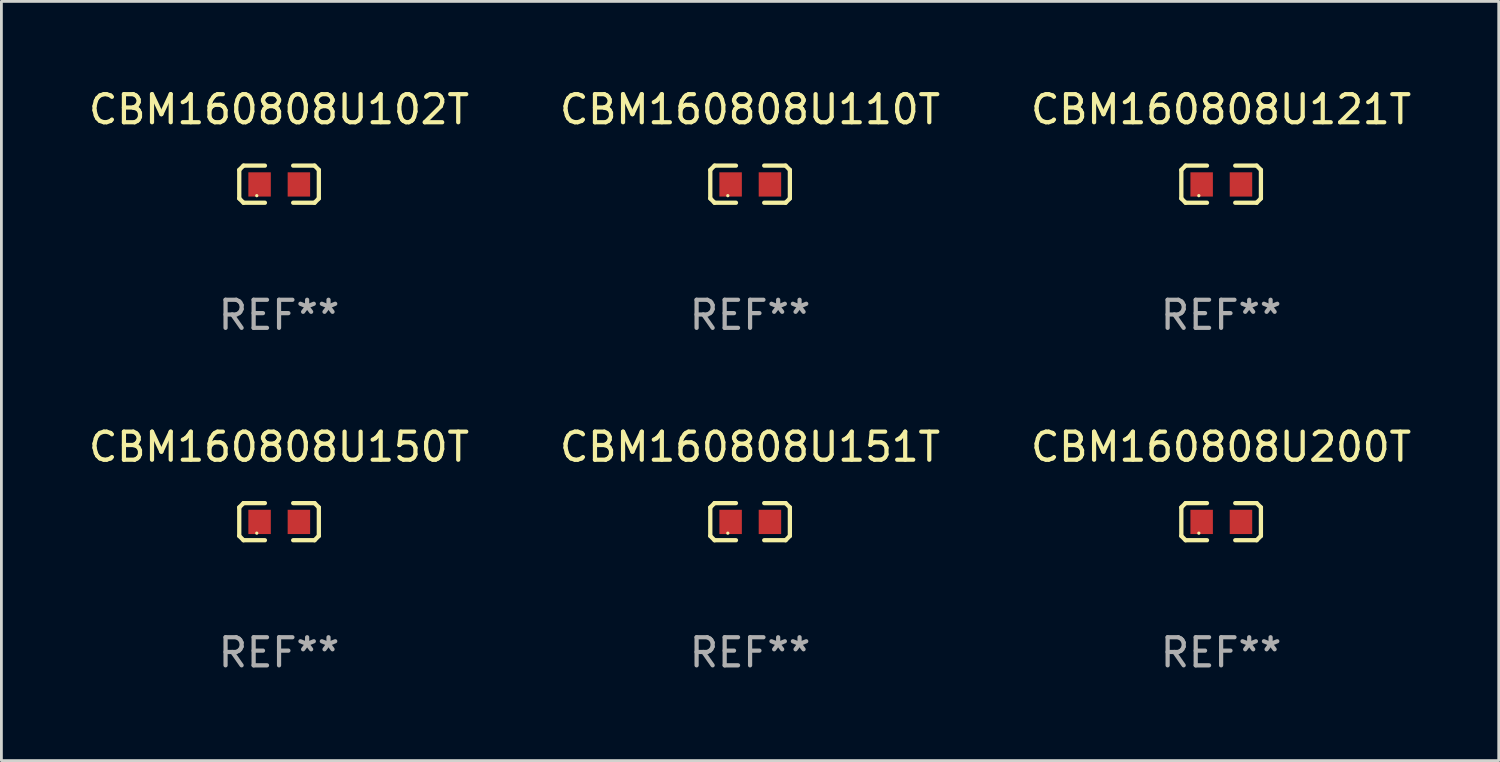
<source format=kicad_pcb>
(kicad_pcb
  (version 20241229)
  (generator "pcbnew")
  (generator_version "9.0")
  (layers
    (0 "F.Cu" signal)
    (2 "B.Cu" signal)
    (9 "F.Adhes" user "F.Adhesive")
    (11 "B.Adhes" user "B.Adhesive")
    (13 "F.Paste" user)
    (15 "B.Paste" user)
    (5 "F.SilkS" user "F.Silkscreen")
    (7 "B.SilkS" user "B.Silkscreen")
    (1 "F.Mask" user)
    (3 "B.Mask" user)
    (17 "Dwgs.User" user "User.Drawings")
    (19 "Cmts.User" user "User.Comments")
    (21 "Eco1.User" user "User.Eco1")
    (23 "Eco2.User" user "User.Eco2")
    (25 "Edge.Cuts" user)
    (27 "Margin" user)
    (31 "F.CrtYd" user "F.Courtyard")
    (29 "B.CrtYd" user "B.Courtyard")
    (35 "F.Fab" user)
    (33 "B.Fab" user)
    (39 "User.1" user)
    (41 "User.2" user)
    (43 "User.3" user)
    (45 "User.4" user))
  (footprint "CBM160808U110T"
    (layer "F.Cu")
    (at 23.661 3.509)
    (property "Reference" "CBM160808U110T" (at 0 -2.661 0) (layer "F.SilkS") (effects (font (size 1 1) (thickness 0.15))))
    (attr through_hole)
    (fp_line (start -1.417 -0.508) (end -1.265 -0.661) (stroke (width 0.152) (type solid)) (layer "F.SilkS"))
    (fp_line (start -1.417 0.508) (end -1.417 -0.508) (stroke (width 0.152) (type solid)) (layer "F.SilkS"))
    (fp_line (start -1.265 -0.661) (end -0.503 -0.661) (stroke (width 0.152) (type solid)) (layer "F.SilkS"))
    (fp_line (start -1.265 0.661) (end -1.417 0.508) (stroke (width 0.152) (type solid)) (layer "F.SilkS"))
    (fp_line (start -1.265 0.661) (end -0.503 0.661) (stroke (width 0.152) (type solid)) (layer "F.SilkS"))
    (fp_line (start 1.265 -0.661) (end 0.503 -0.661) (stroke (width 0.152) (type solid)) (layer "F.SilkS"))
    (fp_line (start 1.265 -0.661) (end 1.417 -0.508) (stroke (width 0.152) (type solid)) (layer "F.SilkS"))
    (fp_line (start 1.265 0.661) (end 0.503 0.661) (stroke (width 0.152) (type solid)) (layer "F.SilkS"))
    (fp_line (start 1.417 -0.508) (end 1.417 0.508) (stroke (width 0.152) (type solid)) (layer "F.SilkS"))
    (fp_line (start 1.417 0.508) (end 1.265 0.661) (stroke (width 0.152) (type solid)) (layer "F.SilkS"))
    (fp_circle (center -0.793 0.409) (end -0.763 0.409) (stroke (width 0.06) (type solid)) (fill no) (layer "F.SilkS"))
    (fp_text user "REF**" (at 0 4.661 0) (layer "F.Fab") (effects (font (size 1 1) (thickness 0.15))))
    (pad "1" smd rect (at -0.693 0.009 180) (size 0.8 0.864) (layers "F.Cu" "F.Mask" "F.Paste"))
    (pad "2" smd rect (at 0.707 0.009 180) (size 0.8 0.864) (layers "F.Cu" "F.Mask" "F.Paste")))
  (footprint "CBM160808U102T"
    (layer "F.Cu")
    (at 6.887 3.509)
    (property "Reference" "CBM160808U102T" (at 0 -2.661 0) (layer "F.SilkS") (effects (font (size 1 1) (thickness 0.15))))
    (attr through_hole)
    (fp_line (start -1.417 -0.508) (end -1.265 -0.661) (stroke (width 0.152) (type solid)) (layer "F.SilkS"))
    (fp_line (start -1.417 0.508) (end -1.417 -0.508) (stroke (width 0.152) (type solid)) (layer "F.SilkS"))
    (fp_line (start -1.265 -0.661) (end -0.503 -0.661) (stroke (width 0.152) (type solid)) (layer "F.SilkS"))
    (fp_line (start -1.265 0.661) (end -1.417 0.508) (stroke (width 0.152) (type solid)) (layer "F.SilkS"))
    (fp_line (start -1.265 0.661) (end -0.503 0.661) (stroke (width 0.152) (type solid)) (layer "F.SilkS"))
    (fp_line (start 1.265 -0.661) (end 0.503 -0.661) (stroke (width 0.152) (type solid)) (layer "F.SilkS"))
    (fp_line (start 1.265 -0.661) (end 1.417 -0.508) (stroke (width 0.152) (type solid)) (layer "F.SilkS"))
    (fp_line (start 1.265 0.661) (end 0.503 0.661) (stroke (width 0.152) (type solid)) (layer "F.SilkS"))
    (fp_line (start 1.417 -0.508) (end 1.417 0.508) (stroke (width 0.152) (type solid)) (layer "F.SilkS"))
    (fp_line (start 1.417 0.508) (end 1.265 0.661) (stroke (width 0.152) (type solid)) (layer "F.SilkS"))
    (fp_circle (center -0.793 0.409) (end -0.763 0.409) (stroke (width 0.06) (type solid)) (fill no) (layer "F.SilkS"))
    (fp_text user "REF**" (at 0 4.661 0) (layer "F.Fab") (effects (font (size 1 1) (thickness 0.15))))
    (pad "1" smd rect (at -0.693 0.009 180) (size 0.8 0.864) (layers "F.Cu" "F.Mask" "F.Paste"))
    (pad "2" smd rect (at 0.707 0.009 180) (size 0.8 0.864) (layers "F.Cu" "F.Mask" "F.Paste")))
  (footprint "CBM160808U150T"
    (layer "F.Cu")
    (at 6.887 15.527)
    (property "Reference" "CBM160808U150T" (at 0 -2.661 0) (layer "F.SilkS") (effects (font (size 1 1) (thickness 0.15))))
    (attr through_hole)
    (fp_line (start -1.417 -0.508) (end -1.265 -0.661) (stroke (width 0.152) (type solid)) (layer "F.SilkS"))
    (fp_line (start -1.417 0.508) (end -1.417 -0.508) (stroke (width 0.152) (type solid)) (layer "F.SilkS"))
    (fp_line (start -1.265 -0.661) (end -0.503 -0.661) (stroke (width 0.152) (type solid)) (layer "F.SilkS"))
    (fp_line (start -1.265 0.661) (end -1.417 0.508) (stroke (width 0.152) (type solid)) (layer "F.SilkS"))
    (fp_line (start -1.265 0.661) (end -0.503 0.661) (stroke (width 0.152) (type solid)) (layer "F.SilkS"))
    (fp_line (start 1.265 -0.661) (end 0.503 -0.661) (stroke (width 0.152) (type solid)) (layer "F.SilkS"))
    (fp_line (start 1.265 -0.661) (end 1.417 -0.508) (stroke (width 0.152) (type solid)) (layer "F.SilkS"))
    (fp_line (start 1.265 0.661) (end 0.503 0.661) (stroke (width 0.152) (type solid)) (layer "F.SilkS"))
    (fp_line (start 1.417 -0.508) (end 1.417 0.508) (stroke (width 0.152) (type solid)) (layer "F.SilkS"))
    (fp_line (start 1.417 0.508) (end 1.265 0.661) (stroke (width 0.152) (type solid)) (layer "F.SilkS"))
    (fp_circle (center -0.793 0.409) (end -0.763 0.409) (stroke (width 0.06) (type solid)) (fill no) (layer "F.SilkS"))
    (fp_text user "REF**" (at 0 4.661 0) (layer "F.Fab") (effects (font (size 1 1) (thickness 0.15))))
    (pad "1" smd rect (at -0.693 0.009 180) (size 0.8 0.864) (layers "F.Cu" "F.Mask" "F.Paste"))
    (pad "2" smd rect (at 0.707 0.009 180) (size 0.8 0.864) (layers "F.Cu" "F.Mask" "F.Paste")))
  (footprint "CBM160808U200T"
    (layer "F.Cu")
    (at 40.435 15.527)
    (property "Reference" "CBM160808U200T" (at 0 -2.661 0) (layer "F.SilkS") (effects (font (size 1 1) (thickness 0.15))))
    (attr through_hole)
    (fp_line (start -1.417 -0.508) (end -1.265 -0.661) (stroke (width 0.152) (type solid)) (layer "F.SilkS"))
    (fp_line (start -1.417 0.508) (end -1.417 -0.508) (stroke (width 0.152) (type solid)) (layer "F.SilkS"))
    (fp_line (start -1.265 -0.661) (end -0.503 -0.661) (stroke (width 0.152) (type solid)) (layer "F.SilkS"))
    (fp_line (start -1.265 0.661) (end -1.417 0.508) (stroke (width 0.152) (type solid)) (layer "F.SilkS"))
    (fp_line (start -1.265 0.661) (end -0.503 0.661) (stroke (width 0.152) (type solid)) (layer "F.SilkS"))
    (fp_line (start 1.265 -0.661) (end 0.503 -0.661) (stroke (width 0.152) (type solid)) (layer "F.SilkS"))
    (fp_line (start 1.265 -0.661) (end 1.417 -0.508) (stroke (width 0.152) (type solid)) (layer "F.SilkS"))
    (fp_line (start 1.265 0.661) (end 0.503 0.661) (stroke (width 0.152) (type solid)) (layer "F.SilkS"))
    (fp_line (start 1.417 -0.508) (end 1.417 0.508) (stroke (width 0.152) (type solid)) (layer "F.SilkS"))
    (fp_line (start 1.417 0.508) (end 1.265 0.661) (stroke (width 0.152) (type solid)) (layer "F.SilkS"))
    (fp_circle (center -0.793 0.409) (end -0.763 0.409) (stroke (width 0.06) (type solid)) (fill no) (layer "F.SilkS"))
    (fp_text user "REF**" (at 0 4.661 0) (layer "F.Fab") (effects (font (size 1 1) (thickness 0.15))))
    (pad "1" smd rect (at -0.693 0.009 180) (size 0.8 0.864) (layers "F.Cu" "F.Mask" "F.Paste"))
    (pad "2" smd rect (at 0.707 0.009 180) (size 0.8 0.864) (layers "F.Cu" "F.Mask" "F.Paste")))
  (footprint "CBM160808U151T"
    (layer "F.Cu")
    (at 23.661 15.527)
    (property "Reference" "CBM160808U151T" (at 0 -2.661 0) (layer "F.SilkS") (effects (font (size 1 1) (thickness 0.15))))
    (attr through_hole)
    (fp_line (start -1.417 -0.508) (end -1.265 -0.661) (stroke (width 0.152) (type solid)) (layer "F.SilkS"))
    (fp_line (start -1.417 0.508) (end -1.417 -0.508) (stroke (width 0.152) (type solid)) (layer "F.SilkS"))
    (fp_line (start -1.265 -0.661) (end -0.503 -0.661) (stroke (width 0.152) (type solid)) (layer "F.SilkS"))
    (fp_line (start -1.265 0.661) (end -1.417 0.508) (stroke (width 0.152) (type solid)) (layer "F.SilkS"))
    (fp_line (start -1.265 0.661) (end -0.503 0.661) (stroke (width 0.152) (type solid)) (layer "F.SilkS"))
    (fp_line (start 1.265 -0.661) (end 0.503 -0.661) (stroke (width 0.152) (type solid)) (layer "F.SilkS"))
    (fp_line (start 1.265 -0.661) (end 1.417 -0.508) (stroke (width 0.152) (type solid)) (layer "F.SilkS"))
    (fp_line (start 1.265 0.661) (end 0.503 0.661) (stroke (width 0.152) (type solid)) (layer "F.SilkS"))
    (fp_line (start 1.417 -0.508) (end 1.417 0.508) (stroke (width 0.152) (type solid)) (layer "F.SilkS"))
    (fp_line (start 1.417 0.508) (end 1.265 0.661) (stroke (width 0.152) (type solid)) (layer "F.SilkS"))
    (fp_circle (center -0.793 0.409) (end -0.763 0.409) (stroke (width 0.06) (type solid)) (fill no) (layer "F.SilkS"))
    (fp_text user "REF**" (at 0 4.661 0) (layer "F.Fab") (effects (font (size 1 1) (thickness 0.15))))
    (pad "1" smd rect (at -0.693 0.009 180) (size 0.8 0.864) (layers "F.Cu" "F.Mask" "F.Paste"))
    (pad "2" smd rect (at 0.707 0.009 180) (size 0.8 0.864) (layers "F.Cu" "F.Mask" "F.Paste")))
  (footprint "CBM160808U121T"
    (layer "F.Cu")
    (at 40.435 3.509)
    (property "Reference" "CBM160808U121T" (at 0 -2.661 0) (layer "F.SilkS") (effects (font (size 1 1) (thickness 0.15))))
    (attr through_hole)
    (fp_line (start -1.417 -0.508) (end -1.265 -0.661) (stroke (width 0.152) (type solid)) (layer "F.SilkS"))
    (fp_line (start -1.417 0.508) (end -1.417 -0.508) (stroke (width 0.152) (type solid)) (layer "F.SilkS"))
    (fp_line (start -1.265 -0.661) (end -0.503 -0.661) (stroke (width 0.152) (type solid)) (layer "F.SilkS"))
    (fp_line (start -1.265 0.661) (end -1.417 0.508) (stroke (width 0.152) (type solid)) (layer "F.SilkS"))
    (fp_line (start -1.265 0.661) (end -0.503 0.661) (stroke (width 0.152) (type solid)) (layer "F.SilkS"))
    (fp_line (start 1.265 -0.661) (end 0.503 -0.661) (stroke (width 0.152) (type solid)) (layer "F.SilkS"))
    (fp_line (start 1.265 -0.661) (end 1.417 -0.508) (stroke (width 0.152) (type solid)) (layer "F.SilkS"))
    (fp_line (start 1.265 0.661) (end 0.503 0.661) (stroke (width 0.152) (type solid)) (layer "F.SilkS"))
    (fp_line (start 1.417 -0.508) (end 1.417 0.508) (stroke (width 0.152) (type solid)) (layer "F.SilkS"))
    (fp_line (start 1.417 0.508) (end 1.265 0.661) (stroke (width 0.152) (type solid)) (layer "F.SilkS"))
    (fp_circle (center -0.793 0.409) (end -0.763 0.409) (stroke (width 0.06) (type solid)) (fill no) (layer "F.SilkS"))
    (fp_text user "REF**" (at 0 4.661 0) (layer "F.Fab") (effects (font (size 1 1) (thickness 0.15))))
    (pad "1" smd rect (at -0.693 0.009 180) (size 0.8 0.864) (layers "F.Cu" "F.Mask" "F.Paste"))
    (pad "2" smd rect (at 0.707 0.009 180) (size 0.8 0.864) (layers "F.Cu" "F.Mask" "F.Paste")))
  (gr_rect
    (start -3 -3)
    (end 50.321 24.035)
    (stroke (width 0.1) (type default))
    (fill no)
    (layer "Edge.Cuts")))
</source>
